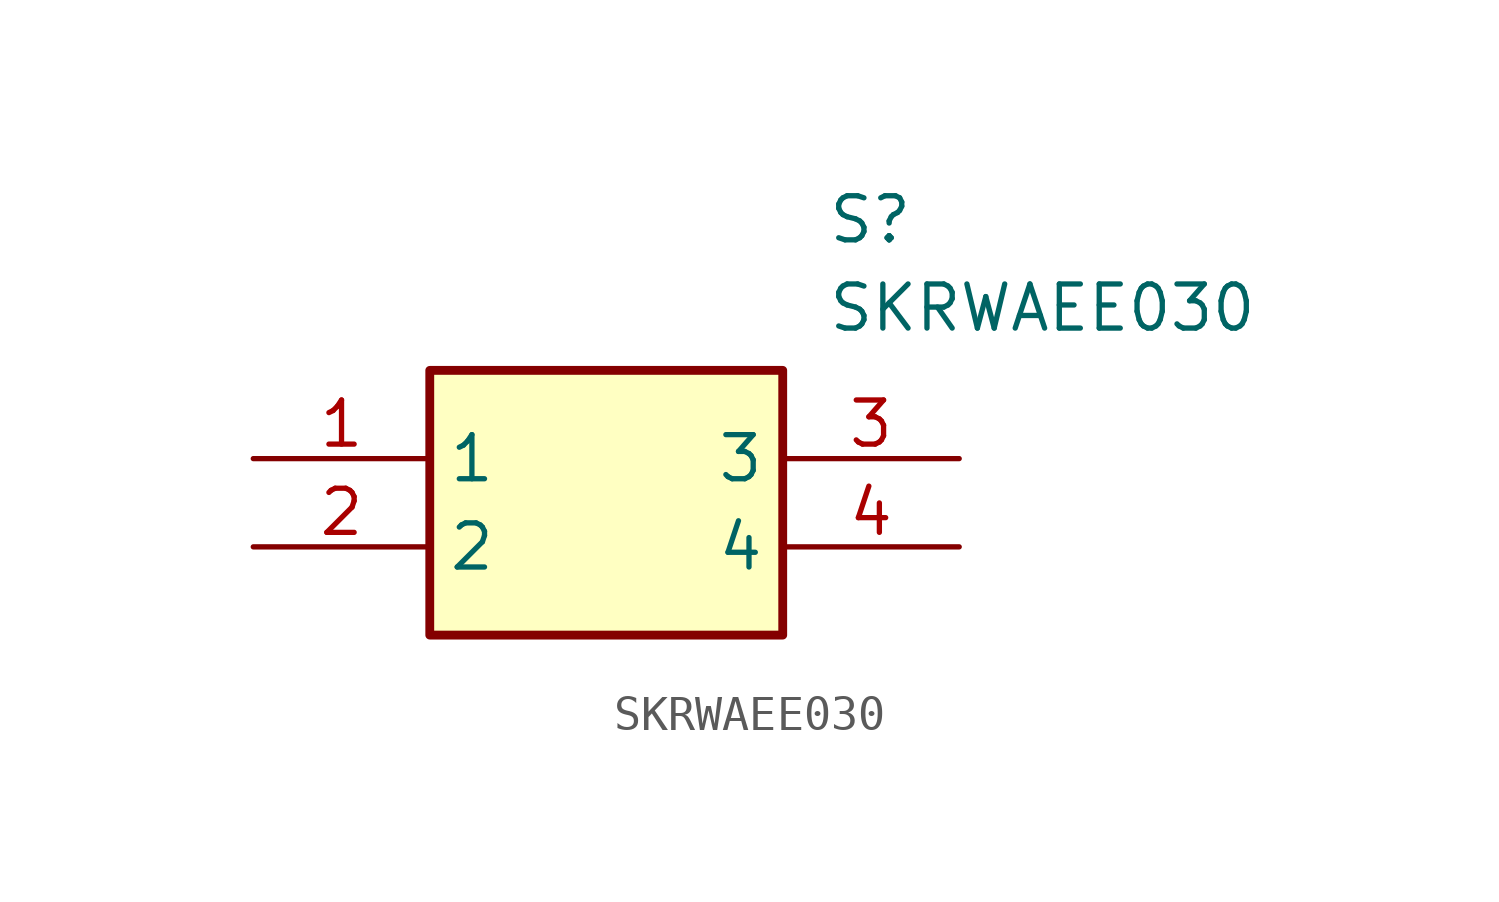
<source format=kicad_sym>
(kicad_symbol_lib
  (version 20211014)
  (generator SamacSys_ECAD_Model)
  (symbol "SKRWAEE030"
    (property "Reference" "S"
      (at 16.51 7.62 0)
      (effects (font (size 1.27 1.27)) (justify left top)))
    (property "Value" "SKRWAEE030"
      (at 16.51 5.08 0)
      (effects (font (size 1.27 1.27)) (justify left top)))
    (rectangle
      (start 5.08 2.54)
      (end 15.24 -5.08)
      (stroke (width 0.254) (type default))
      (fill (type background)))
    (pin passive line
      (at 0 0 0)
      (length 5.08)
      (name "1" (effects (font (size 1.27 1.27))))
      (number "1" (effects (font (size 1.27 1.27)))))
    (pin passive line
      (at 0 -2.54 0)
      (length 5.08)
      (name "2" (effects (font (size 1.27 1.27))))
      (number "2" (effects (font (size 1.27 1.27)))))
    (pin passive line
      (at 20.32 0 180)
      (length 5.08)
      (name "3" (effects (font (size 1.27 1.27))))
      (number "3" (effects (font (size 1.27 1.27)))))
    (pin passive line
      (at 20.32 -2.54 180)
      (length 5.08)
      (name "4" (effects (font (size 1.27 1.27))))
      (number "4" (effects (font (size 1.27 1.27)))))))
</source>
